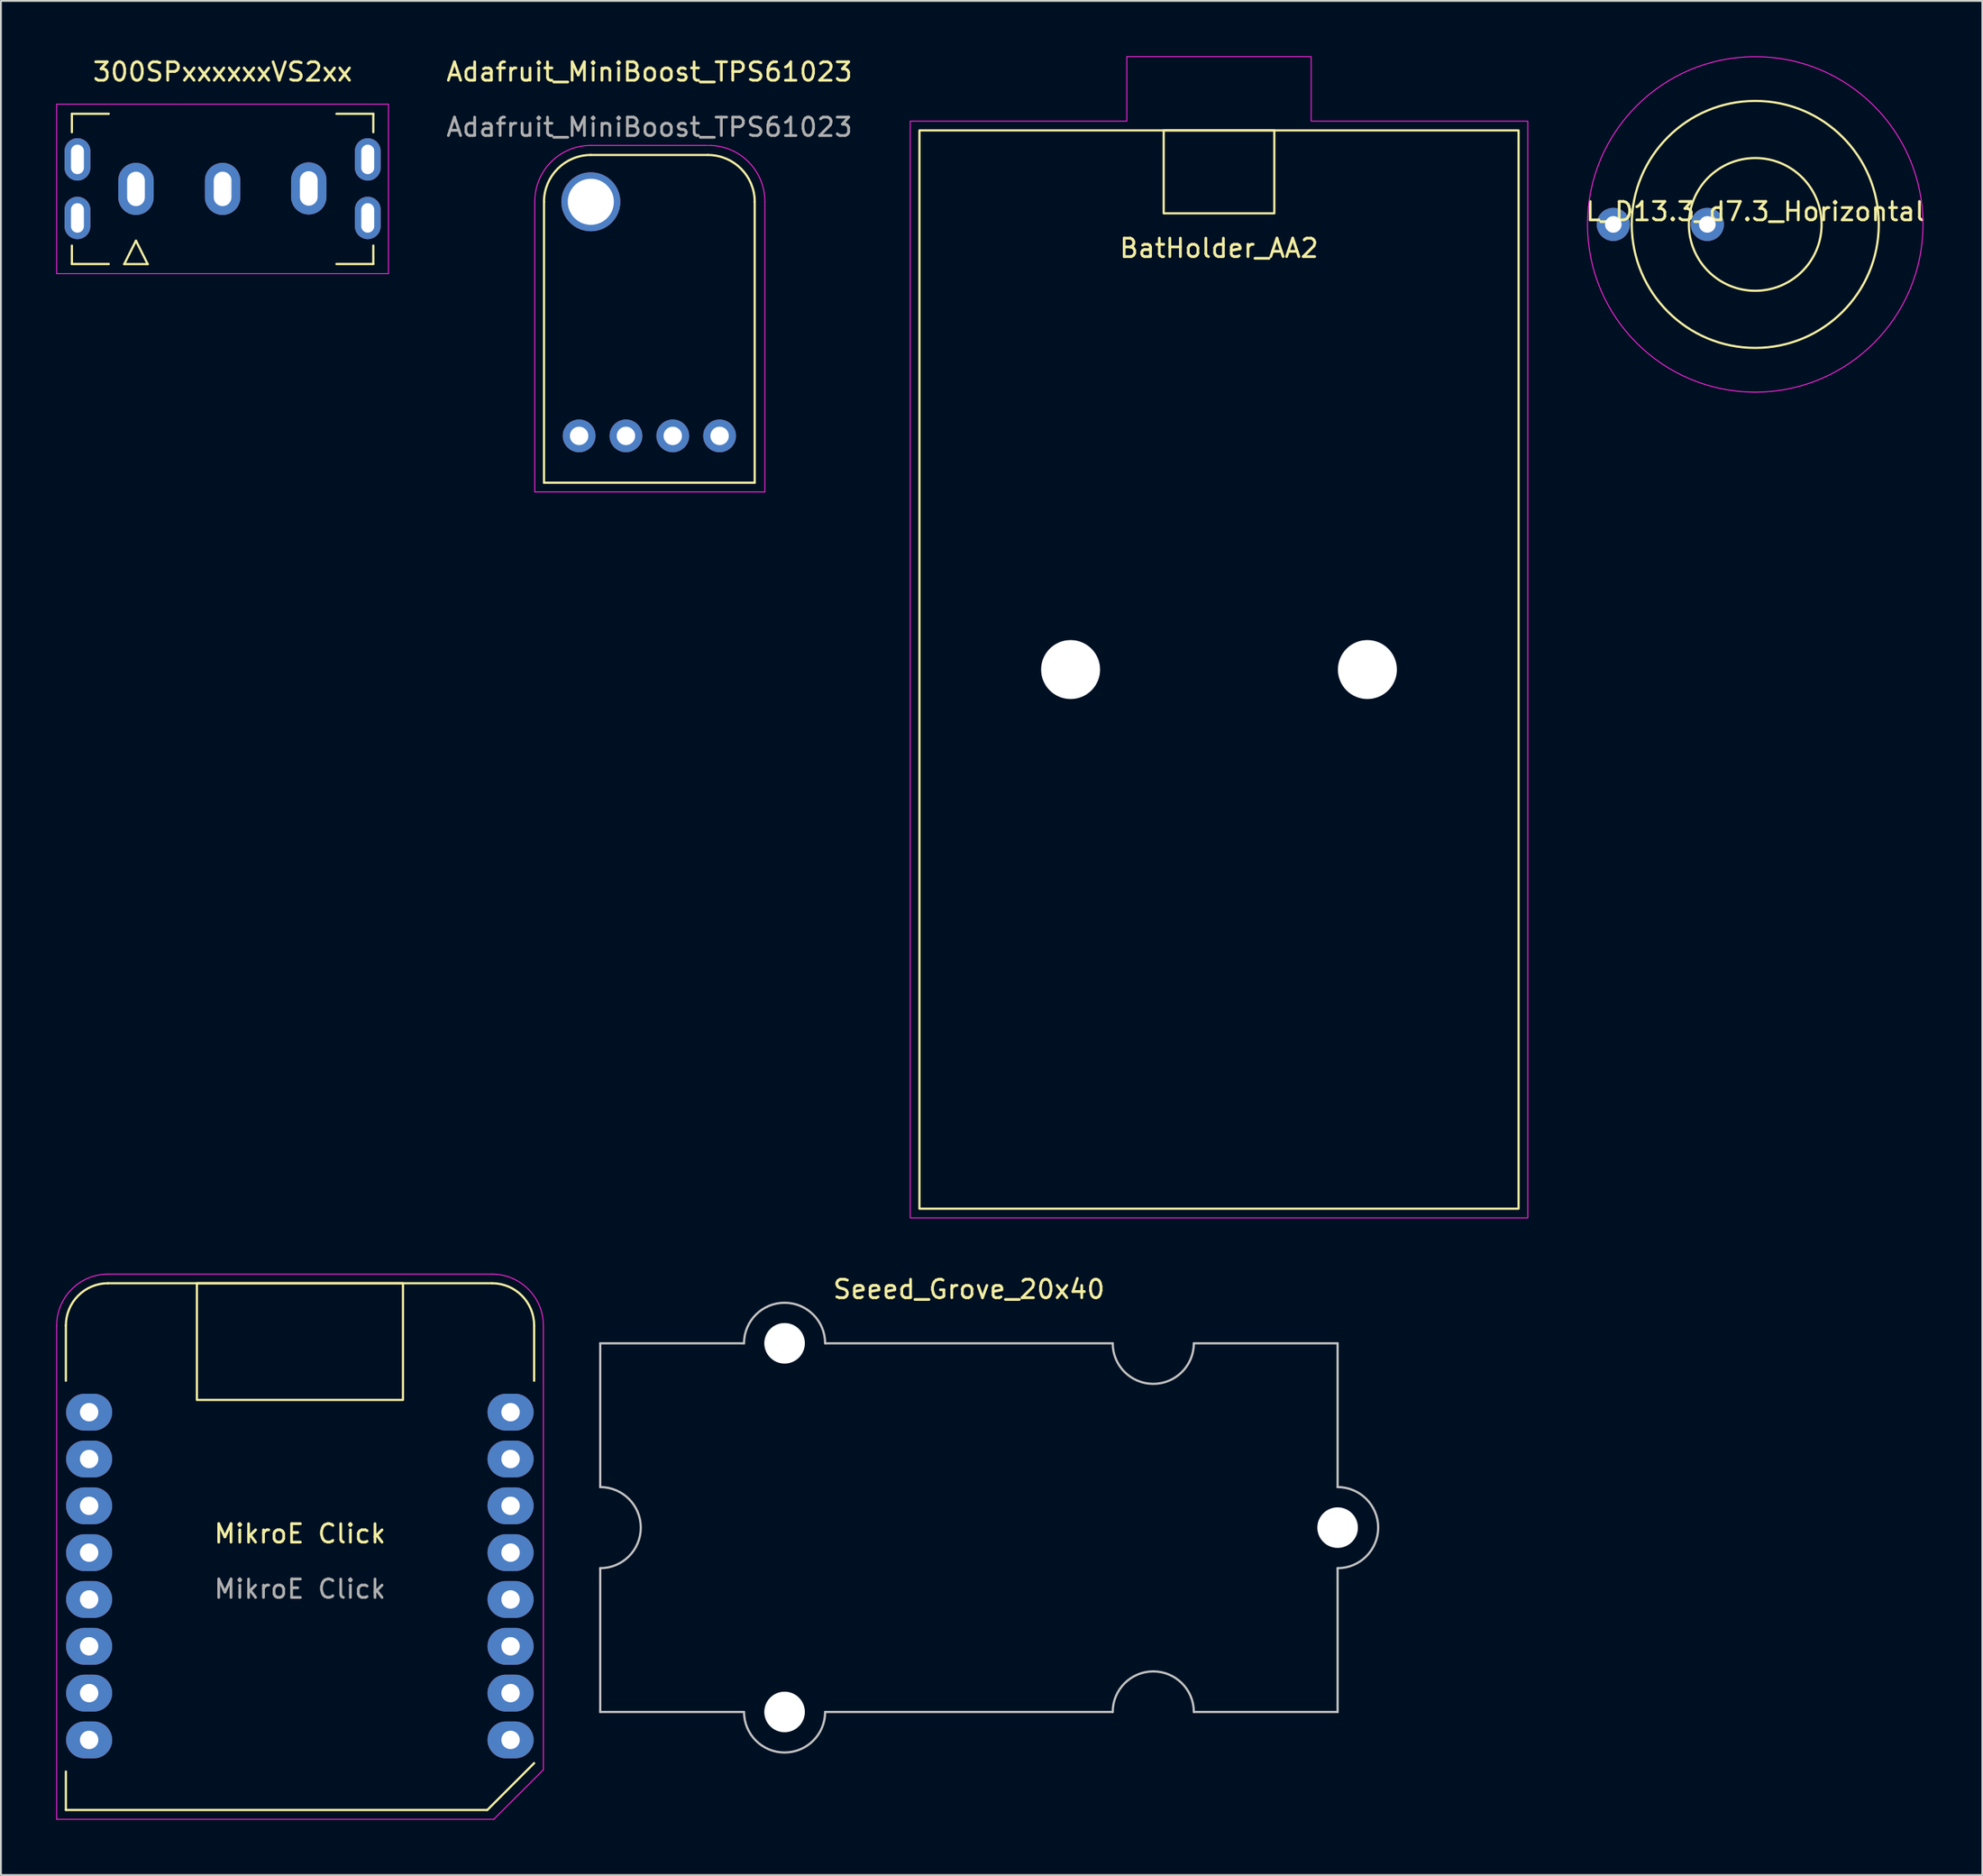
<source format=kicad_pcb>
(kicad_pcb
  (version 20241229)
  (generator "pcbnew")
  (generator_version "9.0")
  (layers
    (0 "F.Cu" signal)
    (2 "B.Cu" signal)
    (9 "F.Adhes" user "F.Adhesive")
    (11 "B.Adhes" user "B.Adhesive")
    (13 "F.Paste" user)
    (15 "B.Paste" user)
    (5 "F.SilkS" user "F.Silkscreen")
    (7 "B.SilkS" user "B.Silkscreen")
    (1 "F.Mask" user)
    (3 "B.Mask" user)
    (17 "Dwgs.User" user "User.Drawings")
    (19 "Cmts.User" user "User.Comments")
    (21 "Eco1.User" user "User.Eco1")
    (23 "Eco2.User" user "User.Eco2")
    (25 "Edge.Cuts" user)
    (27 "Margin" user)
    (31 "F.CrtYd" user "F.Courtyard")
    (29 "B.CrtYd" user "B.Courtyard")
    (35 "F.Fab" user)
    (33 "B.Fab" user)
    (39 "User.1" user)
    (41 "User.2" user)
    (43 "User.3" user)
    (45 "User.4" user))
  (footprint "L_D13.3_d7.3_Horizontal"
    (layer "F.Cu")
    (at 92.165 9.125)
    (property "Reference" "L_D13.3_d7.3_Horizontal" (at 0 -0.7 0) (unlocked yes) (layer "F.SilkS") (effects (font (size 1 1) (thickness 0.15))))
    (attr through_hole)
    (fp_circle (center 0 0) (end -6.7 0) (stroke (width 0.12) (type solid)) (fill no) (layer "F.SilkS"))
    (fp_circle (center 0 0) (end -3.6 0) (stroke (width 0.12) (type solid)) (fill no) (layer "F.SilkS"))
    (fp_circle (center 0 0) (end 9.1 0) (stroke (width 0.05) (type solid)) (fill no) (layer "F.CrtYd"))
    (pad "1" thru_hole circle (at -7.7 0) (size 1.8 1.8) (drill 0.9) (layers "*.Cu" "*.Mask"))
    (pad "2" thru_hole circle (at -2.6 0) (size 1.8 1.8) (drill 0.9) (layers "*.Cu" "*.Mask")))
  (footprint "Adafruit_MiniBoost_TPS61023"
    (layer "F.Cu")
    (at 32.175 14.248)
    (property "Reference" "Adafruit_MiniBoost_TPS61023" (at 0 -13.4 0) (unlocked yes) (layer "F.SilkS") (effects (font (size 1 1) (thickness 0.15))))
    (attr through_hole)
    (fp_line (start -5.715 8.89) (end -5.715 -6.35) (stroke (width 0.12) (type solid)) (layer "F.SilkS"))
    (fp_line (start -3.175 -8.89) (end 3.175 -8.89) (stroke (width 0.12) (type solid)) (layer "F.SilkS"))
    (fp_line (start 5.715 -6.35) (end 5.715 8.89) (stroke (width 0.12) (type solid)) (layer "F.SilkS"))
    (fp_line (start 5.715 8.89) (end -5.715 8.89) (stroke (width 0.12) (type solid)) (layer "F.SilkS"))
    (fp_arc (start -5.715 -6.35) (mid -4.971051 -8.146051) (end -3.175 -8.89) (stroke (width 0.12) (type solid)) (layer "F.SilkS"))
    (fp_arc (start 3.175 -8.89) (mid 4.971051 -8.146051) (end 5.715 -6.35) (stroke (width 0.12) (type solid)) (layer "F.SilkS"))
    (fp_line (start -6.215 9.39) (end -6.215 -6.35) (stroke (width 0.05) (type solid)) (layer "F.CrtYd"))
    (fp_line (start -3.175 -9.41) (end 3.175 -9.41) (stroke (width 0.05) (type solid)) (layer "F.CrtYd"))
    (fp_line (start 6.265 -6.35) (end 6.265 9.39) (stroke (width 0.05) (type solid)) (layer "F.CrtYd"))
    (fp_line (start 6.265 9.39) (end -6.215 9.39) (stroke (width 0.05) (type solid)) (layer "F.CrtYd"))
    (fp_arc (start -6.215 -6.37) (mid -5.324605 -8.519605) (end -3.175 -9.41) (stroke (width 0.05) (type solid)) (layer "F.CrtYd"))
    (fp_arc (start 3.225 -9.41) (mid 5.374605 -8.519605) (end 6.265 -6.37) (stroke (width 0.05) (type solid)) (layer "F.CrtYd"))
    (fp_text user "${REFERENCE}" (at 0 -10.4 0) (unlocked yes) (layer "F.Fab") (effects (font (size 1 1) (thickness 0.15))))
    (pad "" thru_hole circle (at -3.175 -6.35) (size 3.2 3.2) (drill 2.5) (layers "*.Cu" "*.Mask"))
    (pad "1" thru_hole circle (at -3.81 6.35 270) (size 1.778 1.778) (drill 1) (layers "*.Cu" "*.Mask"))
    (pad "2" thru_hole circle (at -1.27 6.35 270) (size 1.778 1.778) (drill 1) (layers "*.Cu" "*.Mask"))
    (pad "3" thru_hole circle (at 1.27 6.35 270) (size 1.778 1.778) (drill 1) (layers "*.Cu" "*.Mask"))
    (pad "4" thru_hole circle (at 3.81 6.35 270) (size 1.778 1.778) (drill 1) (layers "*.Cu" "*.Mask")))
  (footprint "300SPxxxxxxVS2xx"
    (layer "F.Cu")
    (at 9.025 7.198)
    (property "Reference" "300SPxxxxxxVS2xx" (at 0 -6.35 0) (unlocked yes) (layer "F.SilkS") (effects (font (size 1 1) (thickness 0.15))))
    (attr through_hole)
    (fp_line (start -8.175 -4.075) (end -8.175 -3.075) (stroke (width 0.12) (type solid)) (layer "F.SilkS"))
    (fp_line (start -8.175 -4.075) (end -6.175 -4.075) (stroke (width 0.12) (type solid)) (layer "F.SilkS"))
    (fp_line (start -8.175 4.075) (end -8.175 3.075) (stroke (width 0.12) (type solid)) (layer "F.SilkS"))
    (fp_line (start -8.175 4.075) (end -6.175 4.075) (stroke (width 0.12) (type solid)) (layer "F.SilkS"))
    (fp_line (start -5.335 4.08) (end -4.065 4.08) (stroke (width 0.12) (type solid)) (layer "F.SilkS"))
    (fp_line (start -4.7 2.81) (end -5.335 4.08) (stroke (width 0.12) (type solid)) (layer "F.SilkS"))
    (fp_line (start -4.065 4.08) (end -4.7 2.81) (stroke (width 0.12) (type solid)) (layer "F.SilkS"))
    (fp_line (start 8.175 -4.075) (end 6.175 -4.075) (stroke (width 0.12) (type solid)) (layer "F.SilkS"))
    (fp_line (start 8.175 -4.075) (end 8.175 -3.075) (stroke (width 0.12) (type solid)) (layer "F.SilkS"))
    (fp_line (start 8.175 4.075) (end 6.175 4.075) (stroke (width 0.12) (type solid)) (layer "F.SilkS"))
    (fp_line (start 8.175 4.075) (end 8.175 3.075) (stroke (width 0.12) (type solid)) (layer "F.SilkS"))
    (fp_rect (start -9 -4.6) (end 9 4.6) (stroke (width 0.05) (type solid)) (fill no) (layer "F.CrtYd"))
    (pad "" thru_hole oval (at -7.874 -1.6 180) (size 1.4 2.3) (drill oval 0.7 1.6) (layers "*.Cu" "*.Mask"))
    (pad "" thru_hole oval (at -7.874 1.575 180) (size 1.4 2.3) (drill oval 0.7 1.6) (layers "*.Cu" "*.Mask"))
    (pad "" thru_hole oval (at 7.874 -1.6 180) (size 1.4 2.3) (drill oval 0.7 1.6) (layers "*.Cu" "*.Mask"))
    (pad "" thru_hole oval (at 7.874 1.575 180) (size 1.4 2.3) (drill oval 0.7 1.6) (layers "*.Cu" "*.Mask"))
    (pad "1" thru_hole oval (at -4.699 0) (size 1.92 2.83) (drill oval 0.96 1.87) (layers "*.Cu" "*.Mask"))
    (pad "2" thru_hole oval (at 0 0) (size 1.92 2.83) (drill oval 0.96 1.87) (layers "*.Cu" "*.Mask"))
    (pad "3" thru_hole oval (at 4.674 -0.025) (size 1.92 2.83) (drill oval 0.96 1.87) (layers "*.Cu" "*.Mask")))
  (footprint "BatHolder_AA2"
    (layer "F.Cu")
    (at 63.075 33.275)
    (property "Reference" "BatHolder_AA2" (at 0 -22.86 0) (unlocked yes) (layer "F.SilkS") (effects (font (size 1 1) (thickness 0.15))))
    (fp_rect (start -16.25 -29.25) (end 16.25 29.25) (stroke (width 0.12) (type solid)) (fill no) (layer "F.SilkS"))
    (fp_rect (start -3 -29.25) (end 3 -24.75) (stroke (width 0.12) (type solid)) (fill no) (layer "F.SilkS"))
    (fp_poly (pts (xy 5 -33.25) (xy -5 -33.25) (xy -5 -29.75) (xy -16.75 -29.75) (xy -16.75 29.75) (xy 16.75 29.75) (xy 16.75 -29.75) (xy 5 -29.75)) (stroke (width 0.05) (type solid)) (fill no) (layer "F.CrtYd"))
    (pad "" np_thru_hole circle (at -8.05 0) (size 3.2 3.2) (drill 3.2) (layers "*.Cu" "*.Mask"))
    (pad "" np_thru_hole circle (at 8.05 0) (size 3.2 3.2) (drill 3.2) (layers "*.Cu" "*.Mask")))
  (footprint "MikroE Click"
    (layer "F.Cu")
    (at 13.22 80.66)
    (property "Reference" "MikroE Click" (at 0 -0.5 0) (unlocked yes) (layer "F.SilkS") (effects (font (size 1 1) (thickness 0.15))))
    (attr through_hole)
    (fp_line (start -12.695 -8.8) (end -12.695 -11.804) (stroke (width 0.12) (type solid)) (layer "F.SilkS"))
    (fp_line (start -12.695 14.485) (end -12.695 12.4) (stroke (width 0.12) (type solid)) (layer "F.SilkS"))
    (fp_line (start -12.695 14.485) (end 10.165 14.485) (stroke (width 0.12) (type solid)) (layer "F.SilkS"))
    (fp_line (start -10.409 -14.09) (end 10.419 -14.09) (stroke (width 0.12) (type solid)) (layer "F.SilkS"))
    (fp_line (start 10.165 14.485) (end 12.705 11.945) (stroke (width 0.12) (type solid)) (layer "F.SilkS"))
    (fp_line (start 12.705 -8.8) (end 12.705 -11.804) (stroke (width 0.12) (type solid)) (layer "F.SilkS"))
    (fp_rect (start -5.59 -14.09) (end 5.59 -7.76) (stroke (width 0.12) (type solid)) (fill no) (layer "F.SilkS"))
    (fp_arc (start -12.695 -11.80428) (mid -12.025446 -13.420726) (end -10.409 -14.09028) (stroke (width 0.12) (type solid)) (layer "F.SilkS"))
    (fp_arc (start 10.419 -14.09028) (mid 12.035446 -13.420726) (end 12.705 -11.80428) (stroke (width 0.12) (type solid)) (layer "F.SilkS"))
    (fp_line (start -13.195 14.99) (end -13.195 -11.799) (stroke (width 0.05) (type solid)) (layer "F.CrtYd"))
    (fp_line (start -13.195 14.99) (end 10.515 14.99) (stroke (width 0.05) (type solid)) (layer "F.CrtYd"))
    (fp_line (start -10.409 -14.585) (end 10.419 -14.585) (stroke (width 0.05) (type solid)) (layer "F.CrtYd"))
    (fp_line (start 10.515 14.99) (end 13.205 12.305) (stroke (width 0.05) (type solid)) (layer "F.CrtYd"))
    (fp_line (start 13.205 12.305) (end 13.205 -11.799) (stroke (width 0.05) (type solid)) (layer "F.CrtYd"))
    (fp_arc (start -13.195 -11.79872) (mid -12.378999 -13.768719) (end -10.409 -14.58472) (stroke (width 0.05) (type solid)) (layer "F.CrtYd"))
    (fp_arc (start 10.419 -14.584734) (mid 12.388999 -13.768733) (end 13.205 -11.798734) (stroke (width 0.05) (type solid)) (layer "F.CrtYd"))
    (fp_text user "${REFERENCE}" (at 0 2.5 0) (unlocked yes) (layer "F.Fab") (effects (font (size 1 1) (thickness 0.15))))
    (pad "1" thru_hole oval (at -11.435 -7.095 270) (size 2 2.5) (drill 1) (layers "*.Cu" "*.Mask"))
    (pad "2" thru_hole oval (at -11.435 -4.555 270) (size 2 2.5) (drill 1) (layers "*.Cu" "*.Mask"))
    (pad "3" thru_hole oval (at -11.435 -2.015 270) (size 2 2.5) (drill 1) (layers "*.Cu" "*.Mask"))
    (pad "4" thru_hole oval (at -11.435 0.525 270) (size 2 2.5) (drill 1) (layers "*.Cu" "*.Mask"))
    (pad "5" thru_hole oval (at -11.435 3.065 270) (size 2 2.5) (drill 1) (layers "*.Cu" "*.Mask"))
    (pad "6" thru_hole oval (at -11.435 5.605 270) (size 2 2.5) (drill 1) (layers "*.Cu" "*.Mask"))
    (pad "7" thru_hole oval (at -11.435 8.145 270) (size 2 2.5) (drill 1) (layers "*.Cu" "*.Mask"))
    (pad "8" thru_hole oval (at -11.435 10.685 270) (size 2 2.5) (drill 1) (layers "*.Cu" "*.Mask"))
    (pad "9" thru_hole oval (at 11.425 10.685 270) (size 2 2.5) (drill 1) (layers "*.Cu" "*.Mask"))
    (pad "10" thru_hole oval (at 11.425 8.145 270) (size 2 2.5) (drill 1) (layers "*.Cu" "*.Mask"))
    (pad "11" thru_hole oval (at 11.425 5.605 270) (size 2 2.5) (drill 1) (layers "*.Cu" "*.Mask"))
    (pad "12" thru_hole oval (at 11.425 3.065 270) (size 2 2.5) (drill 1) (layers "*.Cu" "*.Mask"))
    (pad "13" thru_hole oval (at 11.425 0.525 270) (size 2 2.5) (drill 1) (layers "*.Cu" "*.Mask"))
    (pad "14" thru_hole oval (at 11.425 -2.015 270) (size 2 2.5) (drill 1) (layers "*.Cu" "*.Mask"))
    (pad "15" thru_hole oval (at 11.425 -4.555 270) (size 2 2.5) (drill 1) (layers "*.Cu" "*.Mask"))
    (pad "16" thru_hole oval (at 11.425 -7.095 270) (size 2 2.5) (drill 1) (layers "*.Cu" "*.Mask")))
  (footprint "Seeed_Grove_20x40"
    (layer "F.Cu")
    (at 49.51 79.828)
    (property "Reference" "Seeed_Grove_20x40" (at 0 -12.93 0) (unlocked yes) (layer "F.SilkS") (effects (font (size 1 1) (thickness 0.15))))
    (fp_line (start -20 -10) (end -20 -2.2) (stroke (width 0.12) (type solid)) (layer "Dwgs.User"))
    (fp_line (start -20 -10) (end -12.2 -10) (stroke (width 0.12) (type solid)) (layer "Dwgs.User"))
    (fp_line (start -20 10) (end -20 2.2) (stroke (width 0.12) (type solid)) (layer "Dwgs.User"))
    (fp_line (start -12.2 10) (end -20 10) (stroke (width 0.12) (type solid)) (layer "Dwgs.User"))
    (fp_line (start -7.8 -10) (end 7.8 -10) (stroke (width 0.12) (type solid)) (layer "Dwgs.User"))
    (fp_line (start 7.8 10) (end -7.8 10) (stroke (width 0.12) (type solid)) (layer "Dwgs.User"))
    (fp_line (start 12.2 -10) (end 20 -10) (stroke (width 0.12) (type solid)) (layer "Dwgs.User"))
    (fp_line (start 20 -10) (end 20 -2.2) (stroke (width 0.12) (type solid)) (layer "Dwgs.User"))
    (fp_line (start 20 2.2) (end 20 10) (stroke (width 0.12) (type solid)) (layer "Dwgs.User"))
    (fp_line (start 20 10) (end 12.2 10) (stroke (width 0.12) (type solid)) (layer "Dwgs.User"))
    (fp_arc (start -20 -2.2) (mid -17.8 0) (end -20 2.2) (stroke (width 0.12) (type solid)) (layer "Dwgs.User"))
    (fp_arc (start -12.2 -10) (mid -10 -12.2) (end -7.8 -10) (stroke (width 0.12) (type solid)) (layer "Dwgs.User"))
    (fp_arc (start -7.8 10) (mid -10 12.2) (end -12.2 10) (stroke (width 0.12) (type solid)) (layer "Dwgs.User"))
    (fp_arc (start 7.8 10) (mid 10 7.8) (end 12.2 10) (stroke (width 0.12) (type solid)) (layer "Dwgs.User"))
    (fp_arc (start 12.2 -10) (mid 10 -7.8) (end 7.8 -10) (stroke (width 0.12) (type solid)) (layer "Dwgs.User"))
    (fp_arc (start 20 -2.2) (mid 22.2 0) (end 20 2.2) (stroke (width 0.12) (type solid)) (layer "Dwgs.User"))
    (pad "" np_thru_hole circle (at -10 -10) (size 2.2 2.2) (drill 2.2) (layers "*.Cu" "*.Mask"))
    (pad "" np_thru_hole circle (at -10 10) (size 2.2 2.2) (drill 2.2) (layers "*.Cu" "*.Mask"))
    (pad "" np_thru_hole circle (at 20 0) (size 2.2 2.2) (drill 2.2) (layers "*.Cu" "*.Mask")))
  (gr_rect
    (start -3 -3)
    (end 104.481 98.675)
    (stroke (width 0.1) (type default))
    (fill no)
    (layer "Edge.Cuts")))
</source>
